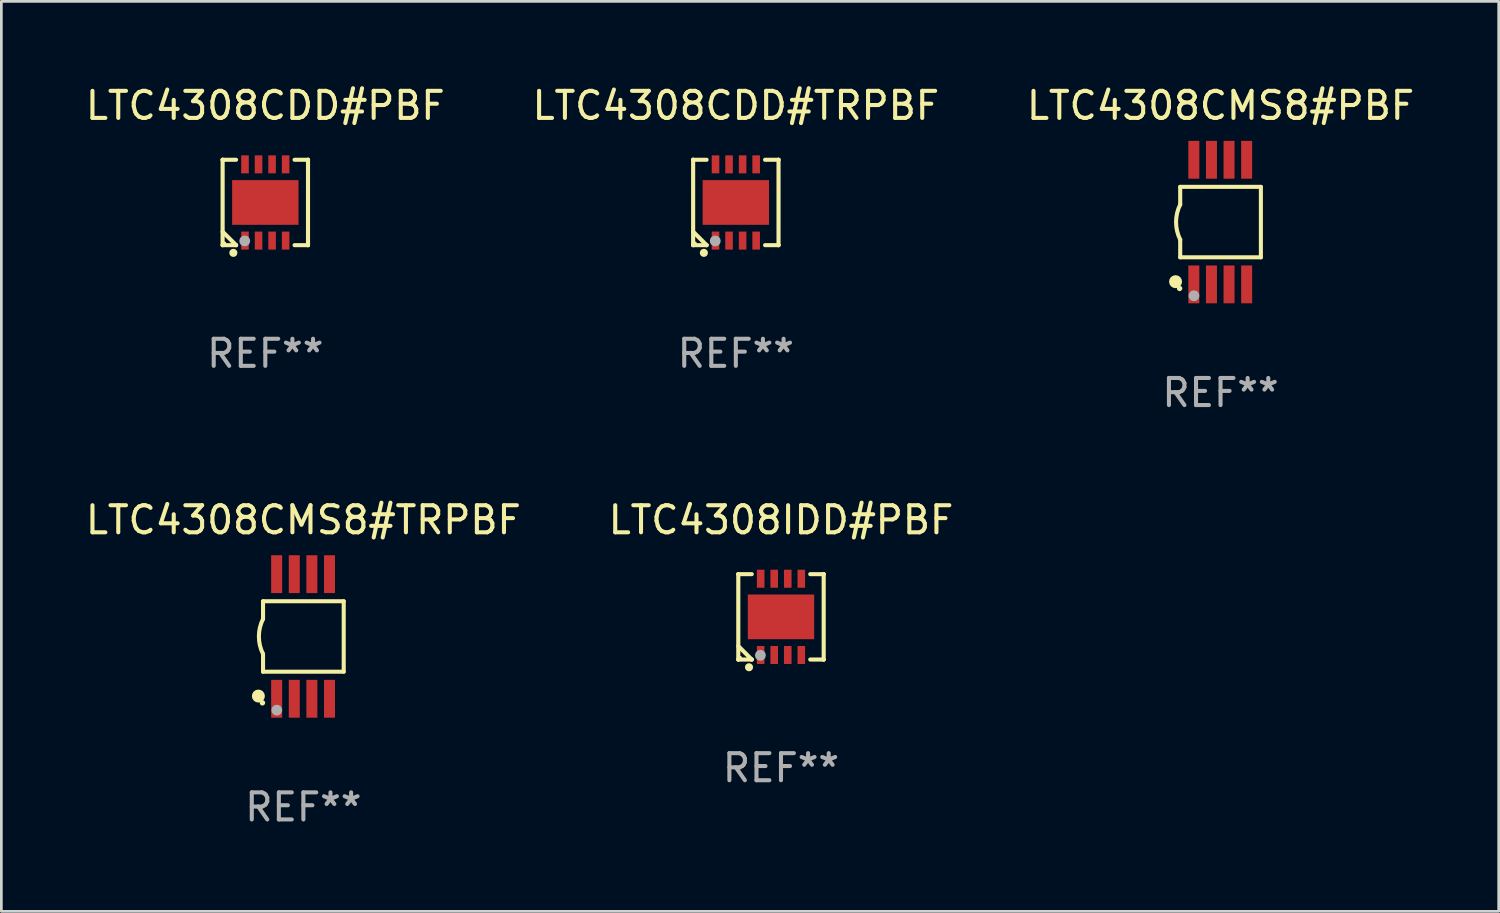
<source format=kicad_pcb>
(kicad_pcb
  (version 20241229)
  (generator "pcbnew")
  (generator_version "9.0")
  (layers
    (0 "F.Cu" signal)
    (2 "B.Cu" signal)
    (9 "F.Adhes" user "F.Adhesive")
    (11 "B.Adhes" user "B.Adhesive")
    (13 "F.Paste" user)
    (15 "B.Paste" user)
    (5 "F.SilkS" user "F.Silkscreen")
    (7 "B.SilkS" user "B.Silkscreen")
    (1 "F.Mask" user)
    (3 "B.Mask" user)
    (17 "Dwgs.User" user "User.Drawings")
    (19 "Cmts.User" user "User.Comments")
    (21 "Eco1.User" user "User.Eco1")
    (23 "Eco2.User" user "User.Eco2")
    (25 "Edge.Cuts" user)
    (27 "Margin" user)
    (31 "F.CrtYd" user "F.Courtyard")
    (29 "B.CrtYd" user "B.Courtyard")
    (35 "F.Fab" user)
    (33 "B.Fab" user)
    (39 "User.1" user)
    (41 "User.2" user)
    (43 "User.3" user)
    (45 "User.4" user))
  (footprint "LTC4308CDD#TRPBF"
    (layer "F.Cu")
    (at 24.113 4.424)
    (property "Reference" "LTC4308CDD#TRPBF" (at 0 -3.576 0) (layer "F.SilkS") (effects (font (size 1 1) (thickness 0.15))))
    (attr through_hole)
    (fp_line (start -1.576 -1.576) (end -1.576 -1.576) (stroke (width 0.152) (type solid)) (layer "F.SilkS"))
    (fp_line (start -1.576 -1.576) (end -1.08 -1.576) (stroke (width 0.152) (type solid)) (layer "F.SilkS"))
    (fp_line (start -1.576 1.576) (end -1.576 -1.576) (stroke (width 0.152) (type solid)) (layer "F.SilkS"))
    (fp_line (start -1.576 1.576) (end -1.576 1.576) (stroke (width 0.152) (type solid)) (layer "F.SilkS"))
    (fp_line (start -1.08 1.575) (end -1.576 1.079) (stroke (width 0.152) (type solid)) (layer "F.SilkS"))
    (fp_line (start -1.08 1.576) (end -1.576 1.576) (stroke (width 0.152) (type solid)) (layer "F.SilkS"))
    (fp_line (start -1.08 1.576) (end -1.08 1.575) (stroke (width 0.152) (type solid)) (layer "F.SilkS"))
    (fp_line (start 1.08 1.576) (end 1.576 1.576) (stroke (width 0.152) (type solid)) (layer "F.SilkS"))
    (fp_line (start 1.576 -1.576) (end 1.08 -1.576) (stroke (width 0.152) (type solid)) (layer "F.SilkS"))
    (fp_line (start 1.576 -1.576) (end 1.576 -1.576) (stroke (width 0.152) (type solid)) (layer "F.SilkS"))
    (fp_line (start 1.576 1.576) (end 1.576 -1.576) (stroke (width 0.152) (type solid)) (layer "F.SilkS"))
    (fp_line (start 1.576 1.576) (end 1.576 1.576) (stroke (width 0.152) (type solid)) (layer "F.SilkS"))
    (fp_circle (center -1.5 1.5) (end -1.47 1.5) (stroke (width 0.06) (type solid)) (fill no) (layer "F.SilkS"))
    (fp_circle (center -1.18 1.86) (end -1.105 1.86) (stroke (width 0.15) (type solid)) (fill no) (layer "F.SilkS"))
    (fp_circle (center -0.76 1.42) (end -0.66 1.42) (stroke (width 0.2) (type solid)) (fill no) (layer "F.Fab"))
    (fp_text user "REF**" (at 0 5.576 0) (layer "F.Fab") (effects (font (size 1 1) (thickness 0.15))))
    (pad "1" smd rect (at -0.75 1.407) (size 0.28 0.665) (layers "F.Cu" "F.Mask" "F.Paste"))
    (pad "2" smd rect (at -0.25 1.407) (size 0.28 0.665) (layers "F.Cu" "F.Mask" "F.Paste"))
    (pad "3" smd rect (at 0.25 1.407) (size 0.28 0.665) (layers "F.Cu" "F.Mask" "F.Paste"))
    (pad "4" smd rect (at 0.75 1.407) (size 0.28 0.665) (layers "F.Cu" "F.Mask" "F.Paste"))
    (pad "5" smd rect (at 0.75 -1.407) (size 0.28 0.665) (layers "F.Cu" "F.Mask" "F.Paste"))
    (pad "6" smd rect (at 0.25 -1.407) (size 0.28 0.665) (layers "F.Cu" "F.Mask" "F.Paste"))
    (pad "7" smd rect (at -0.25 -1.407) (size 0.28 0.665) (layers "F.Cu" "F.Mask" "F.Paste"))
    (pad "8" smd rect (at -0.75 -1.407) (size 0.28 0.665) (layers "F.Cu" "F.Mask" "F.Paste"))
    (pad "9" smd rect (at 0 0) (size 2.45 1.65) (layers "F.Cu" "F.Mask" "F.Paste")))
  (footprint "LTC4308CDD#PBF"
    (layer "F.Cu")
    (at 6.744 4.424)
    (property "Reference" "LTC4308CDD#PBF" (at 0 -3.576 0) (layer "F.SilkS") (effects (font (size 1 1) (thickness 0.15))))
    (attr through_hole)
    (fp_line (start -1.576 -1.576) (end -1.576 -1.576) (stroke (width 0.152) (type solid)) (layer "F.SilkS"))
    (fp_line (start -1.576 -1.576) (end -1.08 -1.576) (stroke (width 0.152) (type solid)) (layer "F.SilkS"))
    (fp_line (start -1.576 1.576) (end -1.576 -1.576) (stroke (width 0.152) (type solid)) (layer "F.SilkS"))
    (fp_line (start -1.576 1.576) (end -1.576 1.576) (stroke (width 0.152) (type solid)) (layer "F.SilkS"))
    (fp_line (start -1.08 1.575) (end -1.576 1.079) (stroke (width 0.152) (type solid)) (layer "F.SilkS"))
    (fp_line (start -1.08 1.576) (end -1.576 1.576) (stroke (width 0.152) (type solid)) (layer "F.SilkS"))
    (fp_line (start -1.08 1.576) (end -1.08 1.575) (stroke (width 0.152) (type solid)) (layer "F.SilkS"))
    (fp_line (start 1.08 1.576) (end 1.576 1.576) (stroke (width 0.152) (type solid)) (layer "F.SilkS"))
    (fp_line (start 1.576 -1.576) (end 1.08 -1.576) (stroke (width 0.152) (type solid)) (layer "F.SilkS"))
    (fp_line (start 1.576 -1.576) (end 1.576 -1.576) (stroke (width 0.152) (type solid)) (layer "F.SilkS"))
    (fp_line (start 1.576 1.576) (end 1.576 -1.576) (stroke (width 0.152) (type solid)) (layer "F.SilkS"))
    (fp_line (start 1.576 1.576) (end 1.576 1.576) (stroke (width 0.152) (type solid)) (layer "F.SilkS"))
    (fp_circle (center -1.5 1.5) (end -1.47 1.5) (stroke (width 0.06) (type solid)) (fill no) (layer "F.SilkS"))
    (fp_circle (center -1.18 1.86) (end -1.105 1.86) (stroke (width 0.15) (type solid)) (fill no) (layer "F.SilkS"))
    (fp_circle (center -0.76 1.42) (end -0.66 1.42) (stroke (width 0.2) (type solid)) (fill no) (layer "F.Fab"))
    (fp_text user "REF**" (at 0 5.576 0) (layer "F.Fab") (effects (font (size 1 1) (thickness 0.15))))
    (pad "1" smd rect (at -0.75 1.407) (size 0.28 0.665) (layers "F.Cu" "F.Mask" "F.Paste"))
    (pad "2" smd rect (at -0.25 1.407) (size 0.28 0.665) (layers "F.Cu" "F.Mask" "F.Paste"))
    (pad "3" smd rect (at 0.25 1.407) (size 0.28 0.665) (layers "F.Cu" "F.Mask" "F.Paste"))
    (pad "4" smd rect (at 0.75 1.407) (size 0.28 0.665) (layers "F.Cu" "F.Mask" "F.Paste"))
    (pad "5" smd rect (at 0.75 -1.407) (size 0.28 0.665) (layers "F.Cu" "F.Mask" "F.Paste"))
    (pad "6" smd rect (at 0.25 -1.407) (size 0.28 0.665) (layers "F.Cu" "F.Mask" "F.Paste"))
    (pad "7" smd rect (at -0.25 -1.407) (size 0.28 0.665) (layers "F.Cu" "F.Mask" "F.Paste"))
    (pad "8" smd rect (at -0.75 -1.407) (size 0.28 0.665) (layers "F.Cu" "F.Mask" "F.Paste"))
    (pad "9" smd rect (at 0 0) (size 2.45 1.65) (layers "F.Cu" "F.Mask" "F.Paste")))
  (footprint "LTC4308CMS8#PBF"
    (layer "F.Cu")
    (at 42.006 5.148)
    (property "Reference" "LTC4308CMS8#PBF" (at 0 -4.3 0) (layer "F.SilkS") (effects (font (size 1 1) (thickness 0.15))))
    (attr through_hole)
    (fp_line (start -1.489 -1.3) (end -1.489 -0.648) (stroke (width 0.15) (type solid)) (layer "F.SilkS"))
    (fp_line (start -1.489 0.648) (end -1.489 1.3) (stroke (width 0.15) (type solid)) (layer "F.SilkS"))
    (fp_line (start -1.489 1.3) (end 1.489 1.3) (stroke (width 0.15) (type solid)) (layer "F.SilkS"))
    (fp_line (start 1.489 -1.3) (end -1.489 -1.3) (stroke (width 0.15) (type solid)) (layer "F.SilkS"))
    (fp_line (start 1.489 1.3) (end 1.489 -1.3) (stroke (width 0.15) (type solid)) (layer "F.SilkS"))
    (fp_arc (start -1.489205 0.647702) (mid -1.642107 0) (end -1.489205 -0.647701) (stroke (width 0.150013) (type solid)) (layer "F.SilkS"))
    (fp_circle (center -1.661 2.2) (end -1.541 2.2) (stroke (width 0.24) (type solid)) (fill no) (layer "F.SilkS"))
    (fp_circle (center -1.511 2.45) (end -1.461 2.45) (stroke (width 0.1) (type solid)) (fill no) (layer "F.SilkS"))
    (fp_circle (center -0.981 2.72) (end -0.881 2.72) (stroke (width 0.2) (type solid)) (fill no) (layer "F.Fab"))
    (fp_text user "REF**" (at 0 6.3 0) (layer "F.Fab") (effects (font (size 1 1) (thickness 0.15))))
    (pad "1" smd rect (at -0.986 2.3) (size 0.406 1.397) (layers "F.Cu" "F.Mask" "F.Paste"))
    (pad "2" smd rect (at -0.336 2.3) (size 0.406 1.397) (layers "F.Cu" "F.Mask" "F.Paste"))
    (pad "3" smd rect (at 0.314 2.3) (size 0.406 1.397) (layers "F.Cu" "F.Mask" "F.Paste"))
    (pad "4" smd rect (at 0.964 2.3) (size 0.406 1.397) (layers "F.Cu" "F.Mask" "F.Paste"))
    (pad "5" smd rect (at 0.964 -2.3) (size 0.406 1.397) (layers "F.Cu" "F.Mask" "F.Paste"))
    (pad "6" smd rect (at 0.314 -2.3) (size 0.406 1.397) (layers "F.Cu" "F.Mask" "F.Paste"))
    (pad "7" smd rect (at -0.336 -2.3) (size 0.406 1.397) (layers "F.Cu" "F.Mask" "F.Paste"))
    (pad "8" smd rect (at -0.986 -2.3) (size 0.406 1.397) (layers "F.Cu" "F.Mask" "F.Paste")))
  (footprint "LTC4308CMS8#TRPBF"
    (layer "F.Cu")
    (at 8.149 20.445)
    (property "Reference" "LTC4308CMS8#TRPBF" (at 0 -4.3 0) (layer "F.SilkS") (effects (font (size 1 1) (thickness 0.15))))
    (attr through_hole)
    (fp_line (start -1.489 -1.3) (end -1.489 -0.648) (stroke (width 0.15) (type solid)) (layer "F.SilkS"))
    (fp_line (start -1.489 0.648) (end -1.489 1.3) (stroke (width 0.15) (type solid)) (layer "F.SilkS"))
    (fp_line (start -1.489 1.3) (end 1.489 1.3) (stroke (width 0.15) (type solid)) (layer "F.SilkS"))
    (fp_line (start 1.489 -1.3) (end -1.489 -1.3) (stroke (width 0.15) (type solid)) (layer "F.SilkS"))
    (fp_line (start 1.489 1.3) (end 1.489 -1.3) (stroke (width 0.15) (type solid)) (layer "F.SilkS"))
    (fp_arc (start -1.489205 0.647702) (mid -1.642107 0) (end -1.489205 -0.647701) (stroke (width 0.150013) (type solid)) (layer "F.SilkS"))
    (fp_circle (center -1.661 2.2) (end -1.541 2.2) (stroke (width 0.24) (type solid)) (fill no) (layer "F.SilkS"))
    (fp_circle (center -1.511 2.45) (end -1.461 2.45) (stroke (width 0.1) (type solid)) (fill no) (layer "F.SilkS"))
    (fp_circle (center -0.981 2.72) (end -0.881 2.72) (stroke (width 0.2) (type solid)) (fill no) (layer "F.Fab"))
    (fp_text user "REF**" (at 0 6.3 0) (layer "F.Fab") (effects (font (size 1 1) (thickness 0.15))))
    (pad "1" smd rect (at -0.986 2.3) (size 0.406 1.397) (layers "F.Cu" "F.Mask" "F.Paste"))
    (pad "2" smd rect (at -0.336 2.3) (size 0.406 1.397) (layers "F.Cu" "F.Mask" "F.Paste"))
    (pad "3" smd rect (at 0.314 2.3) (size 0.406 1.397) (layers "F.Cu" "F.Mask" "F.Paste"))
    (pad "4" smd rect (at 0.964 2.3) (size 0.406 1.397) (layers "F.Cu" "F.Mask" "F.Paste"))
    (pad "5" smd rect (at 0.964 -2.3) (size 0.406 1.397) (layers "F.Cu" "F.Mask" "F.Paste"))
    (pad "6" smd rect (at 0.314 -2.3) (size 0.406 1.397) (layers "F.Cu" "F.Mask" "F.Paste"))
    (pad "7" smd rect (at -0.336 -2.3) (size 0.406 1.397) (layers "F.Cu" "F.Mask" "F.Paste"))
    (pad "8" smd rect (at -0.986 -2.3) (size 0.406 1.397) (layers "F.Cu" "F.Mask" "F.Paste")))
  (footprint "LTC4308IDD#PBF"
    (layer "F.Cu")
    (at 25.78 19.721)
    (property "Reference" "LTC4308IDD#PBF" (at 0 -3.576 0) (layer "F.SilkS") (effects (font (size 1 1) (thickness 0.15))))
    (attr through_hole)
    (fp_line (start -1.576 -1.576) (end -1.576 -1.576) (stroke (width 0.152) (type solid)) (layer "F.SilkS"))
    (fp_line (start -1.576 -1.576) (end -1.08 -1.576) (stroke (width 0.152) (type solid)) (layer "F.SilkS"))
    (fp_line (start -1.576 1.576) (end -1.576 -1.576) (stroke (width 0.152) (type solid)) (layer "F.SilkS"))
    (fp_line (start -1.576 1.576) (end -1.576 1.576) (stroke (width 0.152) (type solid)) (layer "F.SilkS"))
    (fp_line (start -1.08 1.575) (end -1.576 1.079) (stroke (width 0.152) (type solid)) (layer "F.SilkS"))
    (fp_line (start -1.08 1.576) (end -1.576 1.576) (stroke (width 0.152) (type solid)) (layer "F.SilkS"))
    (fp_line (start -1.08 1.576) (end -1.08 1.575) (stroke (width 0.152) (type solid)) (layer "F.SilkS"))
    (fp_line (start 1.08 1.576) (end 1.576 1.576) (stroke (width 0.152) (type solid)) (layer "F.SilkS"))
    (fp_line (start 1.576 -1.576) (end 1.08 -1.576) (stroke (width 0.152) (type solid)) (layer "F.SilkS"))
    (fp_line (start 1.576 -1.576) (end 1.576 -1.576) (stroke (width 0.152) (type solid)) (layer "F.SilkS"))
    (fp_line (start 1.576 1.576) (end 1.576 -1.576) (stroke (width 0.152) (type solid)) (layer "F.SilkS"))
    (fp_line (start 1.576 1.576) (end 1.576 1.576) (stroke (width 0.152) (type solid)) (layer "F.SilkS"))
    (fp_circle (center -1.5 1.5) (end -1.47 1.5) (stroke (width 0.06) (type solid)) (fill no) (layer "F.SilkS"))
    (fp_circle (center -1.18 1.86) (end -1.105 1.86) (stroke (width 0.15) (type solid)) (fill no) (layer "F.SilkS"))
    (fp_circle (center -0.76 1.42) (end -0.66 1.42) (stroke (width 0.2) (type solid)) (fill no) (layer "F.Fab"))
    (fp_text user "REF**" (at 0 5.576 0) (layer "F.Fab") (effects (font (size 1 1) (thickness 0.15))))
    (pad "1" smd rect (at -0.75 1.407) (size 0.28 0.665) (layers "F.Cu" "F.Mask" "F.Paste"))
    (pad "2" smd rect (at -0.25 1.407) (size 0.28 0.665) (layers "F.Cu" "F.Mask" "F.Paste"))
    (pad "3" smd rect (at 0.25 1.407) (size 0.28 0.665) (layers "F.Cu" "F.Mask" "F.Paste"))
    (pad "4" smd rect (at 0.75 1.407) (size 0.28 0.665) (layers "F.Cu" "F.Mask" "F.Paste"))
    (pad "5" smd rect (at 0.75 -1.407) (size 0.28 0.665) (layers "F.Cu" "F.Mask" "F.Paste"))
    (pad "6" smd rect (at 0.25 -1.407) (size 0.28 0.665) (layers "F.Cu" "F.Mask" "F.Paste"))
    (pad "7" smd rect (at -0.25 -1.407) (size 0.28 0.665) (layers "F.Cu" "F.Mask" "F.Paste"))
    (pad "8" smd rect (at -0.75 -1.407) (size 0.28 0.665) (layers "F.Cu" "F.Mask" "F.Paste"))
    (pad "9" smd rect (at 0 0) (size 2.45 1.65) (layers "F.Cu" "F.Mask" "F.Paste")))
  (gr_rect
    (start -3 -3)
    (end 52.274 30.593)
    (stroke (width 0.1) (type default))
    (fill no)
    (layer "Edge.Cuts")))
</source>
